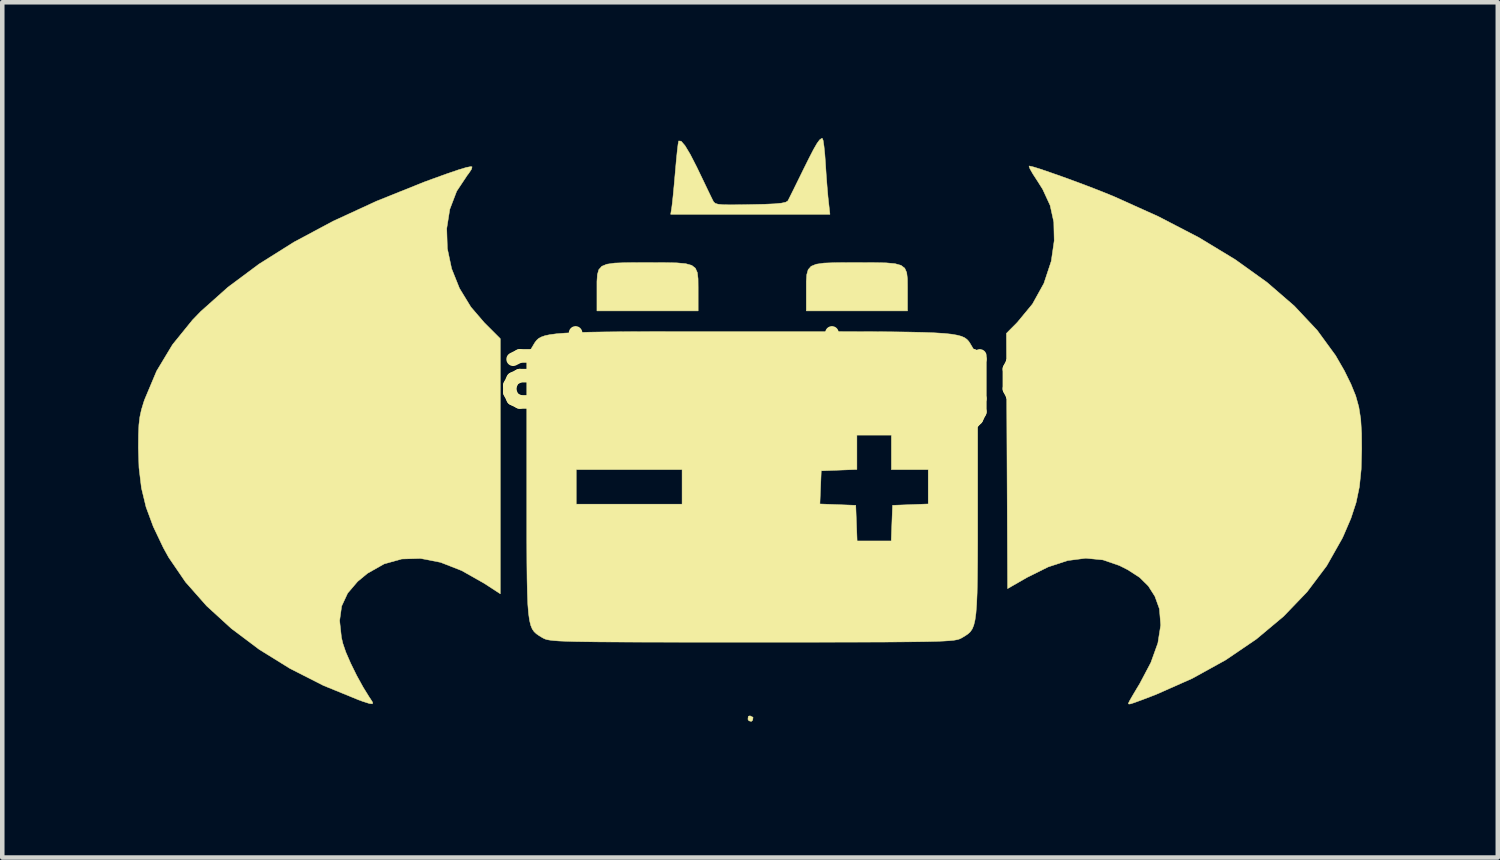
<source format=kicad_pcb>
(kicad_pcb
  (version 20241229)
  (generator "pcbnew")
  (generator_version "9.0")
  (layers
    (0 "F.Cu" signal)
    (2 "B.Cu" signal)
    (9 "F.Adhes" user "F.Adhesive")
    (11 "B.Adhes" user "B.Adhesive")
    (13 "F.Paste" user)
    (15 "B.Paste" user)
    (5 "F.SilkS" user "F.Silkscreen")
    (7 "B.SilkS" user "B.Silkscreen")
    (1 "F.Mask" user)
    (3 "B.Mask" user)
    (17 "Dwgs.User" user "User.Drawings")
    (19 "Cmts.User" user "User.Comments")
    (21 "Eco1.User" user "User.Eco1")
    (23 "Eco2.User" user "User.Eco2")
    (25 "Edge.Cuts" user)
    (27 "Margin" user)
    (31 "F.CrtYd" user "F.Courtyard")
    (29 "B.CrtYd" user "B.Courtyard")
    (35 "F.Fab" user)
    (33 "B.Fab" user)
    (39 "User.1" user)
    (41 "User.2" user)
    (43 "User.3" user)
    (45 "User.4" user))
  (footprint "batmonLogo"
    (layer "F.Cu")
    (at 13.433 5.136)
    (property "Reference" "batmonLogo" (at 0 0 0) (layer "F.SilkS") (effects (font (size 1.524 1.524) (thickness 0.3))))
    (attr through_hole)
    (fp_poly (pts (xy 0.145 7.652) (xy 0.137 7.716) (xy 0.107 7.744) (xy 0.053 7.73) (xy 0.032 7.696) (xy 0.04 7.631) (xy 0.078 7.62) (xy 0.145 7.652)) (stroke (width 0.01) (type solid)) (fill yes) (layer "F.SilkS"))
    (fp_poly (pts (xy -2.176 -2.388) (xy -1.813 -2.387) (xy -1.539 -2.382) (xy -1.342 -2.364) (xy -1.209 -2.327) (xy -1.128 -2.264) (xy -1.085 -2.167) (xy -1.069 -2.03) (xy -1.067 -1.844) (xy -1.067 -1.761) (xy -1.067 -1.321) (xy -3.302 -1.321) (xy -3.302 -1.77) (xy -3.302 -1.971) (xy -3.292 -2.122) (xy -3.261 -2.232) (xy -3.195 -2.306) (xy -3.084 -2.352) (xy -2.913 -2.377) (xy -2.671 -2.386) (xy -2.345 -2.388) (xy -2.176 -2.388)) (stroke (width 0.01) (type solid)) (fill yes) (layer "F.SilkS"))
    (fp_poly (pts (xy 2.447 -2.388) (xy 2.81 -2.387) (xy 3.083 -2.382) (xy 3.28 -2.364) (xy 3.413 -2.327) (xy 3.495 -2.264) (xy 3.538 -2.167) (xy 3.554 -2.03) (xy 3.556 -1.844) (xy 3.556 -1.761) (xy 3.556 -1.321) (xy 1.321 -1.321) (xy 1.321 -1.77) (xy 1.321 -1.971) (xy 1.331 -2.122) (xy 1.362 -2.232) (xy 1.427 -2.306) (xy 1.539 -2.352) (xy 1.71 -2.377) (xy 1.952 -2.386) (xy 2.277 -2.388) (xy 2.447 -2.388)) (stroke (width 0.01) (type solid)) (fill yes) (layer "F.SilkS"))
    (fp_poly (pts (xy 1.693 -5.084) (xy 1.712 -4.955) (xy 1.731 -4.767) (xy 1.744 -4.585) (xy 1.761 -4.321) (xy 1.781 -4.06) (xy 1.8 -3.84) (xy 1.81 -3.747) (xy 1.843 -3.454) (xy -1.674 -3.454) (xy -1.651 -3.594) (xy -1.638 -3.697) (xy -1.619 -3.877) (xy -1.597 -4.109) (xy -1.574 -4.369) (xy -1.572 -4.393) (xy -1.55 -4.641) (xy -1.529 -4.849) (xy -1.511 -4.999) (xy -1.498 -5.071) (xy -1.496 -5.074) (xy -1.442 -5.068) (xy -1.358 -4.971) (xy -1.243 -4.78) (xy -1.096 -4.494) (xy -1.064 -4.427) (xy -0.956 -4.203) (xy -0.86 -4.002) (xy -0.786 -3.849) (xy -0.748 -3.771) (xy -0.724 -3.727) (xy -0.689 -3.696) (xy -0.628 -3.677) (xy -0.524 -3.666) (xy -0.362 -3.663) (xy -0.126 -3.665) (xy 0.093 -3.669) (xy 0.403 -3.676) (xy 0.626 -3.686) (xy 0.775 -3.701) (xy 0.866 -3.721) (xy 0.911 -3.748) (xy 0.918 -3.759) (xy 0.955 -3.832) (xy 1.027 -3.976) (xy 1.123 -4.171) (xy 1.234 -4.397) (xy 1.244 -4.418) (xy 1.382 -4.695) (xy 1.484 -4.893) (xy 1.559 -5.022) (xy 1.614 -5.097) (xy 1.657 -5.128) (xy 1.675 -5.131) (xy 1.693 -5.084)) (stroke (width 0.01) (type solid)) (fill yes) (layer "F.SilkS"))
    (fp_poly (pts (xy -6.059 -4.502) (xy -6.072 -4.45) (xy -6.135 -4.354) (xy -6.162 -4.321) (xy -6.399 -3.964) (xy -6.551 -3.566) (xy -6.619 -3.14) (xy -6.605 -2.698) (xy -6.511 -2.254) (xy -6.337 -1.819) (xy -6.085 -1.406) (xy -5.787 -1.059) (xy -5.436 -0.708) (xy -5.436 4.926) (xy -5.793 4.694) (xy -6.288 4.414) (xy -6.756 4.231) (xy -7.197 4.145) (xy -7.612 4.157) (xy -8.001 4.266) (xy -8.367 4.473) (xy -8.586 4.654) (xy -8.807 4.913) (xy -8.939 5.198) (xy -8.984 5.519) (xy -8.944 5.887) (xy -8.913 6.021) (xy -8.847 6.214) (xy -8.74 6.46) (xy -8.608 6.728) (xy -8.465 6.988) (xy -8.329 7.208) (xy -8.299 7.252) (xy -8.254 7.324) (xy -8.26 7.356) (xy -8.331 7.347) (xy -8.478 7.3) (xy -8.56 7.27) (xy -9.343 6.95) (xy -10.079 6.576) (xy -10.76 6.154) (xy -11.376 5.691) (xy -11.921 5.193) (xy -12.385 4.668) (xy -12.759 4.121) (xy -12.876 3.909) (xy -13.099 3.441) (xy -13.258 3.011) (xy -13.36 2.589) (xy -13.414 2.141) (xy -13.428 1.702) (xy -13.425 1.412) (xy -13.416 1.195) (xy -13.395 1.021) (xy -13.36 0.86) (xy -13.306 0.683) (xy -13.289 0.635) (xy -13.025 0.007) (xy -12.674 -0.576) (xy -12.232 -1.121) (xy -12.049 -1.31) (xy -11.449 -1.845) (xy -10.764 -2.355) (xy -9.989 -2.842) (xy -9.122 -3.305) (xy -8.161 -3.748) (xy -7.103 -4.172) (xy -6.934 -4.234) (xy -6.601 -4.354) (xy -6.354 -4.438) (xy -6.187 -4.488) (xy -6.09 -4.507) (xy -6.059 -4.502)) (stroke (width 0.01) (type solid)) (fill yes) (layer "F.SilkS"))
    (fp_poly (pts (xy 6.322 -4.504) (xy 6.478 -4.456) (xy 6.692 -4.383) (xy 6.949 -4.293) (xy 7.229 -4.191) (xy 7.515 -4.084) (xy 7.79 -3.978) (xy 8.035 -3.879) (xy 8.102 -3.852) (xy 9.095 -3.405) (xy 9.991 -2.94) (xy 10.791 -2.455) (xy 11.493 -1.952) (xy 12.097 -1.43) (xy 12.603 -0.891) (xy 13.009 -0.335) (xy 13.202 0) (xy 13.347 0.295) (xy 13.452 0.553) (xy 13.521 0.801) (xy 13.563 1.068) (xy 13.582 1.383) (xy 13.585 1.727) (xy 13.573 2.178) (xy 13.534 2.562) (xy 13.461 2.912) (xy 13.347 3.26) (xy 13.184 3.639) (xy 13.153 3.705) (xy 12.812 4.308) (xy 12.379 4.883) (xy 11.859 5.424) (xy 11.259 5.926) (xy 10.584 6.385) (xy 9.842 6.795) (xy 9.038 7.151) (xy 8.944 7.187) (xy 8.718 7.273) (xy 8.571 7.327) (xy 8.486 7.355) (xy 8.446 7.361) (xy 8.433 7.352) (xy 8.433 7.344) (xy 8.457 7.294) (xy 8.524 7.177) (xy 8.62 7.015) (xy 8.683 6.911) (xy 8.929 6.445) (xy 9.084 6.014) (xy 9.147 5.617) (xy 9.118 5.258) (xy 9.019 4.983) (xy 8.874 4.755) (xy 8.682 4.565) (xy 8.421 4.396) (xy 8.235 4.302) (xy 7.871 4.177) (xy 7.492 4.14) (xy 7.091 4.192) (xy 6.661 4.333) (xy 6.194 4.565) (xy 6.182 4.572) (xy 5.766 4.811) (xy 5.753 1.992) (xy 5.74 -0.826) (xy 5.981 -1.069) (xy 6.315 -1.473) (xy 6.567 -1.928) (xy 6.73 -2.42) (xy 6.795 -2.87) (xy 6.786 -3.283) (xy 6.705 -3.651) (xy 6.54 -4.008) (xy 6.422 -4.195) (xy 6.323 -4.347) (xy 6.258 -4.462) (xy 6.239 -4.518) (xy 6.243 -4.521) (xy 6.322 -4.504)) (stroke (width 0.01) (type solid)) (fill yes) (layer "F.SilkS"))
    (fp_poly (pts (xy -0.27 -0.864) (xy 0.127 -0.864) (xy 0.919 -0.864) (xy 1.616 -0.864) (xy 2.224 -0.863) (xy 2.749 -0.862) (xy 3.198 -0.859) (xy 3.578 -0.854) (xy 3.894 -0.847) (xy 4.153 -0.837) (xy 4.362 -0.824) (xy 4.526 -0.807) (xy 4.653 -0.785) (xy 4.747 -0.76) (xy 4.817 -0.729) (xy 4.868 -0.692) (xy 4.907 -0.65) (xy 4.939 -0.601) (xy 4.972 -0.545) (xy 4.99 -0.515) (xy 5.105 -0.33) (xy 5.105 2.565) (xy 5.105 3.205) (xy 5.105 3.751) (xy 5.103 4.211) (xy 5.099 4.594) (xy 5.093 4.906) (xy 5.082 5.157) (xy 5.067 5.354) (xy 5.046 5.506) (xy 5.019 5.619) (xy 4.985 5.702) (xy 4.943 5.763) (xy 4.893 5.81) (xy 4.833 5.851) (xy 4.762 5.894) (xy 4.76 5.895) (xy 4.729 5.912) (xy 4.693 5.927) (xy 4.644 5.94) (xy 4.576 5.952) (xy 4.483 5.961) (xy 4.358 5.969) (xy 4.195 5.976) (xy 3.988 5.981) (xy 3.729 5.985) (xy 3.412 5.988) (xy 3.031 5.991) (xy 2.58 5.992) (xy 2.051 5.993) (xy 1.439 5.994) (xy 0.737 5.994) (xy 0.127 5.994) (xy -0.649 5.994) (xy -1.331 5.994) (xy -1.924 5.993) (xy -2.434 5.992) (xy -2.869 5.99) (xy -3.235 5.988) (xy -3.538 5.984) (xy -3.785 5.98) (xy -3.982 5.974) (xy -4.135 5.968) (xy -4.252 5.959) (xy -4.339 5.949) (xy -4.402 5.938) (xy -4.448 5.924) (xy -4.482 5.908) (xy -4.506 5.895) (xy -4.577 5.852) (xy -4.637 5.811) (xy -4.688 5.764) (xy -4.73 5.704) (xy -4.764 5.621) (xy -4.791 5.509) (xy -4.812 5.359) (xy -4.828 5.164) (xy -4.838 4.914) (xy -4.845 4.604) (xy -4.849 4.223) (xy -4.851 3.765) (xy -4.851 3.222) (xy -4.851 2.585) (xy -4.851 2.565) (xy -4.851 2.184) (xy -3.759 2.184) (xy -3.759 2.946) (xy -1.422 2.946) (xy -1.422 2.942) (xy 1.621 2.942) (xy 2.017 2.957) (xy 2.413 2.972) (xy 2.428 3.365) (xy 2.443 3.759) (xy 3.196 3.759) (xy 3.226 2.972) (xy 4.013 2.942) (xy 4.013 2.184) (xy 3.2 2.184) (xy 3.2 1.422) (xy 2.438 1.422) (xy 2.438 2.18) (xy 1.651 2.21) (xy 1.636 2.576) (xy 1.621 2.942) (xy -1.422 2.942) (xy -1.422 2.184) (xy -3.759 2.184) (xy -4.851 2.184) (xy -4.851 -0.33) (xy -4.736 -0.515) (xy -4.701 -0.575) (xy -4.669 -0.627) (xy -4.634 -0.672) (xy -4.59 -0.712) (xy -4.53 -0.745) (xy -4.448 -0.774) (xy -4.338 -0.797) (xy -4.193 -0.816) (xy -4.007 -0.831) (xy -3.773 -0.842) (xy -3.485 -0.851) (xy -3.137 -0.857) (xy -2.723 -0.861) (xy -2.235 -0.863) (xy -1.668 -0.864) (xy -1.015 -0.864) (xy -0.27 -0.864)) (stroke (width 0.01) (type solid)) (fill yes) (layer "F.SilkS")))
  (gr_rect
    (start -3 -3)
    (end 30.023 15.885)
    (stroke (width 0.1) (type default))
    (fill no)
    (layer "Edge.Cuts")))
</source>
